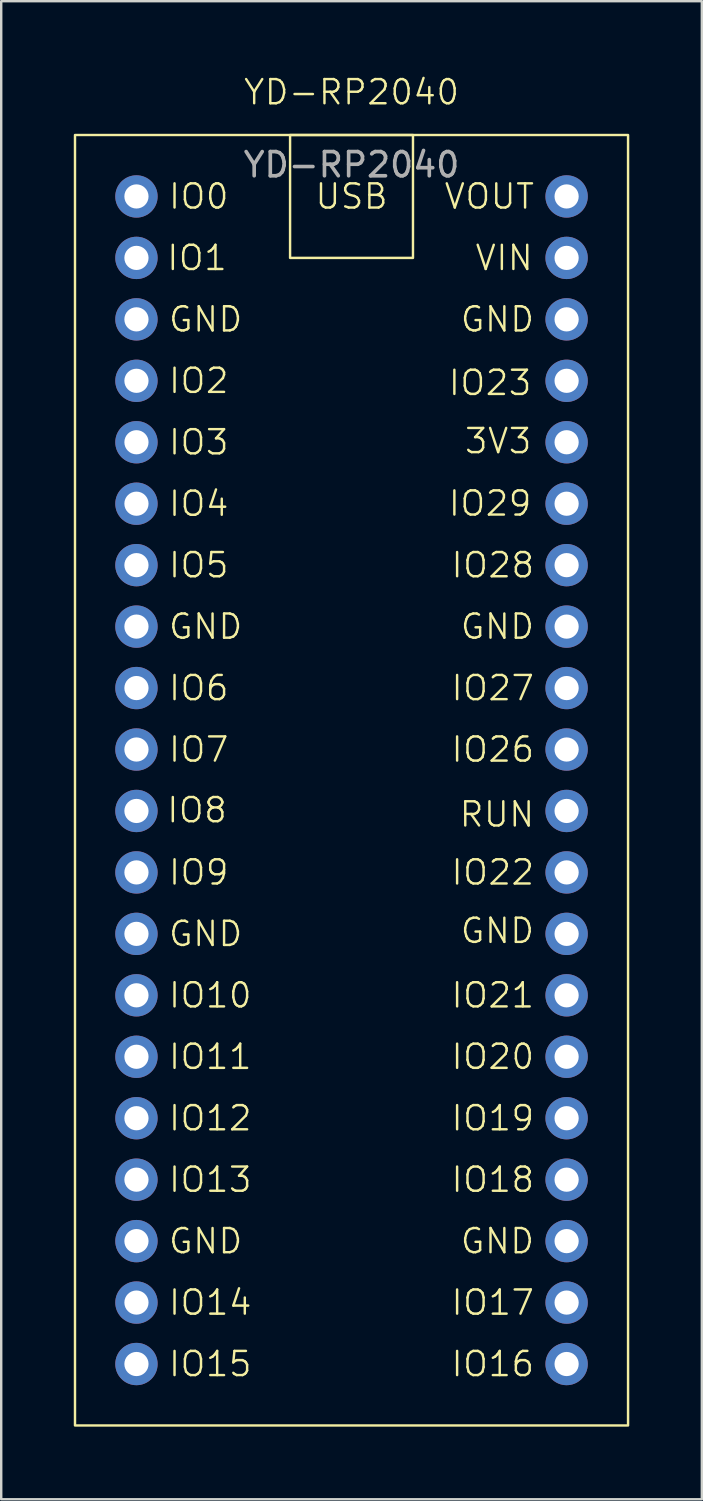
<source format=kicad_pcb>
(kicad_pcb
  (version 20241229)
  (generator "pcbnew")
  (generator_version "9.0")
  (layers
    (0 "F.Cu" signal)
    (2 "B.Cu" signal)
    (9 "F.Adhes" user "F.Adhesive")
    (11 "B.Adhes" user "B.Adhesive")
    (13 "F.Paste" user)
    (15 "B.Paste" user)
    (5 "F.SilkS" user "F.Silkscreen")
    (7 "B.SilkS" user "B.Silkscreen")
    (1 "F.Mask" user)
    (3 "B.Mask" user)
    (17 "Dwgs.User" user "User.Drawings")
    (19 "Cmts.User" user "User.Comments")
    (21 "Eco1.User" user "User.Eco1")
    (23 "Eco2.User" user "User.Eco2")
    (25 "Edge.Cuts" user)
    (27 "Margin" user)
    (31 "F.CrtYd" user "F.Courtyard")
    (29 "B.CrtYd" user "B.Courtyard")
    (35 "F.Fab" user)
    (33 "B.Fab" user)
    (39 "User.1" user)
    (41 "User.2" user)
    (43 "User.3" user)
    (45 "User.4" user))
  (footprint "YD-RP2040"
    (layer "F.Cu")
    (at 11.48 1.26)
    (property "Reference" "YD-RP2040" (at 0 -0.5 0) (unlocked yes) (layer "F.SilkS") (effects (font (size 1 1) (thickness 0.1))))
    (attr through_hole)
    (fp_rect (start -11.43 1.27) (end 11.43 54.61) (stroke (width 0.1) (type default)) (fill no) (layer "F.SilkS"))
    (fp_rect (start -2.54 1.27) (end 2.54 6.35) (stroke (width 0.1) (type default)) (fill no) (layer "F.SilkS"))
    (fp_text user "IO3" (at -7.62 13.97 0) (unlocked yes) (layer "F.SilkS") (effects (font (size 1 1) (thickness 0.1)) (justify left)))
    (fp_text user "IO10" (at -7.62 36.83 0) (unlocked yes) (layer "F.SilkS") (effects (font (size 1 1) (thickness 0.1)) (justify left)))
    (fp_text user "VOUT" (at 7.62 3.81 0) (unlocked yes) (layer "F.SilkS") (effects (font (size 1 1) (thickness 0.1)) (justify right)))
    (fp_text user "IO9" (at -7.62 31.75 0) (unlocked yes) (layer "F.SilkS") (effects (font (size 1 1) (thickness 0.1)) (justify left)))
    (fp_text user "IO7" (at -7.62 26.67 0) (unlocked yes) (layer "F.SilkS") (effects (font (size 1 1) (thickness 0.1)) (justify left)))
    (fp_text user "IO18" (at 7.62 44.45 0) (unlocked yes) (layer "F.SilkS") (effects (font (size 1 1) (thickness 0.1)) (justify right)))
    (fp_text user "IO0" (at -7.62 3.81 0) (unlocked yes) (layer "F.SilkS") (effects (font (size 1 1) (thickness 0.1)) (justify left)))
    (fp_text user "IO17" (at 7.62 49.53 0) (unlocked yes) (layer "F.SilkS") (effects (font (size 1 1) (thickness 0.1)) (justify right)))
    (fp_text user "IO8" (at -7.691 29.176 0) (unlocked yes) (layer "F.SilkS") (effects (font (size 1 1) (thickness 0.1)) (justify left)))
    (fp_text user "IO19" (at 7.62 41.91 0) (unlocked yes) (layer "F.SilkS") (effects (font (size 1 1) (thickness 0.1)) (justify right)))
    (fp_text user "IO28" (at 7.62 19.05 0) (unlocked yes) (layer "F.SilkS") (effects (font (size 1 1) (thickness 0.1)) (justify right)))
    (fp_text user "IO12" (at -7.62 41.91 0) (unlocked yes) (layer "F.SilkS") (effects (font (size 1 1) (thickness 0.1)) (justify left)))
    (fp_text user "GND" (at -7.62 46.99 0) (unlocked yes) (layer "F.SilkS") (effects (font (size 1 1) (thickness 0.1)) (justify left)))
    (fp_text user "GND" (at -7.62 8.89 0) (unlocked yes) (layer "F.SilkS") (effects (font (size 1 1) (thickness 0.1)) (justify left)))
    (fp_text user "GND" (at 7.62 46.99 0) (unlocked yes) (layer "F.SilkS") (effects (font (size 1 1) (thickness 0.1)) (justify right)))
    (fp_text user "IO2" (at -7.62 11.43 0) (unlocked yes) (layer "F.SilkS") (effects (font (size 1 1) (thickness 0.1)) (justify left)))
    (fp_text user "IO4" (at -7.62 16.51 0) (unlocked yes) (layer "F.SilkS") (effects (font (size 1 1) (thickness 0.1)) (justify left)))
    (fp_text user "USB" (at 0 3.81 0) (unlocked yes) (layer "F.SilkS") (effects (font (size 1 1) (thickness 0.1))))
    (fp_text user "IO21" (at 7.62 36.83 0) (unlocked yes) (layer "F.SilkS") (effects (font (size 1 1) (thickness 0.1)) (justify right)))
    (fp_text user "GND" (at -7.62 34.29 0) (unlocked yes) (layer "F.SilkS") (effects (font (size 1 1) (thickness 0.1)) (justify left)))
    (fp_text user "IO22" (at 7.62 31.75 0) (unlocked yes) (layer "F.SilkS") (effects (font (size 1 1) (thickness 0.1)) (justify right)))
    (fp_text user "IO14" (at -7.62 49.53 0) (unlocked yes) (layer "F.SilkS") (effects (font (size 1 1) (thickness 0.1)) (justify left)))
    (fp_text user "IO15" (at -7.62 52.07 0) (unlocked yes) (layer "F.SilkS") (effects (font (size 1 1) (thickness 0.1)) (justify left)))
    (fp_text user "IO27" (at 7.62 24.13 0) (unlocked yes) (layer "F.SilkS") (effects (font (size 1 1) (thickness 0.1)) (justify right)))
    (fp_text user "IO5" (at -7.62 19.05 0) (unlocked yes) (layer "F.SilkS") (effects (font (size 1 1) (thickness 0.1)) (justify left)))
    (fp_text user "IO11" (at -7.62 39.37 0) (unlocked yes) (layer "F.SilkS") (effects (font (size 1 1) (thickness 0.1)) (justify left)))
    (fp_text user "IO6" (at -7.62 24.13 0) (unlocked yes) (layer "F.SilkS") (effects (font (size 1 1) (thickness 0.1)) (justify left)))
    (fp_text user "IO1" (at -7.691 6.35 0) (unlocked yes) (layer "F.SilkS") (effects (font (size 1 1) (thickness 0.1)) (justify left)))
    (fp_text user "IO23" (at 7.507 11.514 0) (unlocked yes) (layer "F.SilkS") (effects (font (size 1 1) (thickness 0.1)) (justify right)))
    (fp_text user "IO29" (at 7.507 16.501 0) (unlocked yes) (layer "F.SilkS") (effects (font (size 1 1) (thickness 0.1)) (justify right)))
    (fp_text user "VIN" (at 7.565 6.35 0) (unlocked yes) (layer "F.SilkS") (effects (font (size 1 1) (thickness 0.1)) (justify right)))
    (fp_text user "GND" (at 7.62 21.59 0) (unlocked yes) (layer "F.SilkS") (effects (font (size 1 1) (thickness 0.1)) (justify right)))
    (fp_text user "IO26" (at 7.62 26.67 0) (unlocked yes) (layer "F.SilkS") (effects (font (size 1 1) (thickness 0.1)) (justify right)))
    (fp_text user "3V3" (at 7.507 13.92 0) (unlocked yes) (layer "F.SilkS") (effects (font (size 1 1) (thickness 0.1)) (justify right)))
    (fp_text user "GND" (at -7.62 21.59 0) (unlocked yes) (layer "F.SilkS") (effects (font (size 1 1) (thickness 0.1)) (justify left)))
    (fp_text user "GND" (at 7.62 8.89 0) (unlocked yes) (layer "F.SilkS") (effects (font (size 1 1) (thickness 0.1)) (justify right)))
    (fp_text user "IO16" (at 7.62 52.07 0) (unlocked yes) (layer "F.SilkS") (effects (font (size 1 1) (thickness 0.1)) (justify right)))
    (fp_text user "IO13" (at -7.62 44.45 0) (unlocked yes) (layer "F.SilkS") (effects (font (size 1 1) (thickness 0.1)) (justify left)))
    (fp_text user "RUN" (at 7.624 29.352 0) (unlocked yes) (layer "F.SilkS") (effects (font (size 1 1) (thickness 0.1)) (justify right)))
    (fp_text user "IO20" (at 7.62 39.37 0) (unlocked yes) (layer "F.SilkS") (effects (font (size 1 1) (thickness 0.1)) (justify right)))
    (fp_text user "GND" (at 7.62 34.164 0) (unlocked yes) (layer "F.SilkS") (effects (font (size 1 1) (thickness 0.1)) (justify right)))
    (fp_text user "${REFERENCE}" (at 0 2.5 0) (unlocked yes) (layer "F.Fab") (effects (font (size 1 1) (thickness 0.15))))
    (pad "1" thru_hole circle (at -8.89 3.81) (size 1.75 1.75) (drill 1) (layers "*.Cu" "*.Mask"))
    (pad "2" thru_hole circle (at -8.89 6.35) (size 1.75 1.75) (drill 1) (layers "*.Cu" "*.Mask"))
    (pad "3" thru_hole circle (at -8.89 8.89) (size 1.75 1.75) (drill 1) (layers "*.Cu" "*.Mask"))
    (pad "4" thru_hole circle (at -8.89 11.43) (size 1.75 1.75) (drill 1) (layers "*.Cu" "*.Mask"))
    (pad "5" thru_hole circle (at -8.89 13.97) (size 1.75 1.75) (drill 1) (layers "*.Cu" "*.Mask"))
    (pad "6" thru_hole circle (at -8.89 16.51) (size 1.75 1.75) (drill 1) (layers "*.Cu" "*.Mask"))
    (pad "7" thru_hole circle (at -8.89 19.05) (size 1.75 1.75) (drill 1) (layers "*.Cu" "*.Mask"))
    (pad "8" thru_hole circle (at -8.89 21.59) (size 1.75 1.75) (drill 1) (layers "*.Cu" "*.Mask"))
    (pad "9" thru_hole circle (at -8.89 24.13) (size 1.75 1.75) (drill 1) (layers "*.Cu" "*.Mask"))
    (pad "10" thru_hole circle (at -8.89 26.67) (size 1.75 1.75) (drill 1) (layers "*.Cu" "*.Mask"))
    (pad "11" thru_hole circle (at -8.89 29.21) (size 1.75 1.75) (drill 1) (layers "*.Cu" "*.Mask"))
    (pad "12" thru_hole circle (at -8.89 31.75) (size 1.75 1.75) (drill 1) (layers "*.Cu" "*.Mask"))
    (pad "13" thru_hole circle (at -8.89 34.29) (size 1.75 1.75) (drill 1) (layers "*.Cu" "*.Mask"))
    (pad "14" thru_hole circle (at -8.89 36.83) (size 1.75 1.75) (drill 1) (layers "*.Cu" "*.Mask"))
    (pad "15" thru_hole circle (at -8.89 39.37) (size 1.75 1.75) (drill 1) (layers "*.Cu" "*.Mask"))
    (pad "16" thru_hole circle (at -8.89 41.91) (size 1.75 1.75) (drill 1) (layers "*.Cu" "*.Mask"))
    (pad "17" thru_hole circle (at -8.89 44.45) (size 1.75 1.75) (drill 1) (layers "*.Cu" "*.Mask"))
    (pad "18" thru_hole circle (at -8.89 46.99) (size 1.75 1.75) (drill 1) (layers "*.Cu" "*.Mask"))
    (pad "19" thru_hole circle (at -8.89 49.53) (size 1.75 1.75) (drill 1) (layers "*.Cu" "*.Mask"))
    (pad "20" thru_hole circle (at -8.89 52.07) (size 1.75 1.75) (drill 1) (layers "*.Cu" "*.Mask"))
    (pad "21" thru_hole circle (at 8.89 52.07) (size 1.75 1.75) (drill 1) (layers "*.Cu" "*.Mask"))
    (pad "22" thru_hole circle (at 8.89 49.53) (size 1.75 1.75) (drill 1) (layers "*.Cu" "*.Mask"))
    (pad "23" thru_hole circle (at 8.89 46.99) (size 1.75 1.75) (drill 1) (layers "*.Cu" "*.Mask"))
    (pad "24" thru_hole circle (at 8.89 44.45) (size 1.75 1.75) (drill 1) (layers "*.Cu" "*.Mask"))
    (pad "25" thru_hole circle (at 8.89 41.91) (size 1.75 1.75) (drill 1) (layers "*.Cu" "*.Mask"))
    (pad "26" thru_hole circle (at 8.89 39.37) (size 1.75 1.75) (drill 1) (layers "*.Cu" "*.Mask"))
    (pad "27" thru_hole circle (at 8.89 36.83) (size 1.75 1.75) (drill 1) (layers "*.Cu" "*.Mask"))
    (pad "28" thru_hole circle (at 8.89 34.29) (size 1.75 1.75) (drill 1) (layers "*.Cu" "*.Mask"))
    (pad "29" thru_hole circle (at 8.89 31.75) (size 1.75 1.75) (drill 1) (layers "*.Cu" "*.Mask"))
    (pad "30" thru_hole circle (at 8.89 29.21) (size 1.75 1.75) (drill 1) (layers "*.Cu" "*.Mask"))
    (pad "31" thru_hole circle (at 8.89 26.67) (size 1.75 1.75) (drill 1) (layers "*.Cu" "*.Mask"))
    (pad "32" thru_hole circle (at 8.89 24.13) (size 1.75 1.75) (drill 1) (layers "*.Cu" "*.Mask"))
    (pad "33" thru_hole circle (at 8.89 21.59) (size 1.75 1.75) (drill 1) (layers "*.Cu" "*.Mask"))
    (pad "34" thru_hole circle (at 8.89 19.05) (size 1.75 1.75) (drill 1) (layers "*.Cu" "*.Mask"))
    (pad "35" thru_hole circle (at 8.89 16.51) (size 1.75 1.75) (drill 1) (layers "*.Cu" "*.Mask"))
    (pad "36" thru_hole circle (at 8.89 13.97) (size 1.75 1.75) (drill 1) (layers "*.Cu" "*.Mask"))
    (pad "37" thru_hole circle (at 8.89 11.43) (size 1.75 1.75) (drill 1) (layers "*.Cu" "*.Mask"))
    (pad "38" thru_hole circle (at 8.89 8.89) (size 1.75 1.75) (drill 1) (layers "*.Cu" "*.Mask"))
    (pad "39" thru_hole circle (at 8.89 6.35) (size 1.75 1.75) (drill 1) (layers "*.Cu" "*.Mask"))
    (pad "40" thru_hole circle (at 8.89 3.81) (size 1.75 1.75) (drill 1) (layers "*.Cu" "*.Mask")))
  (gr_rect
    (start -3 -3)
    (end 25.96 58.92)
    (stroke (width 0.1) (type default))
    (fill no)
    (layer "Edge.Cuts")))
</source>
